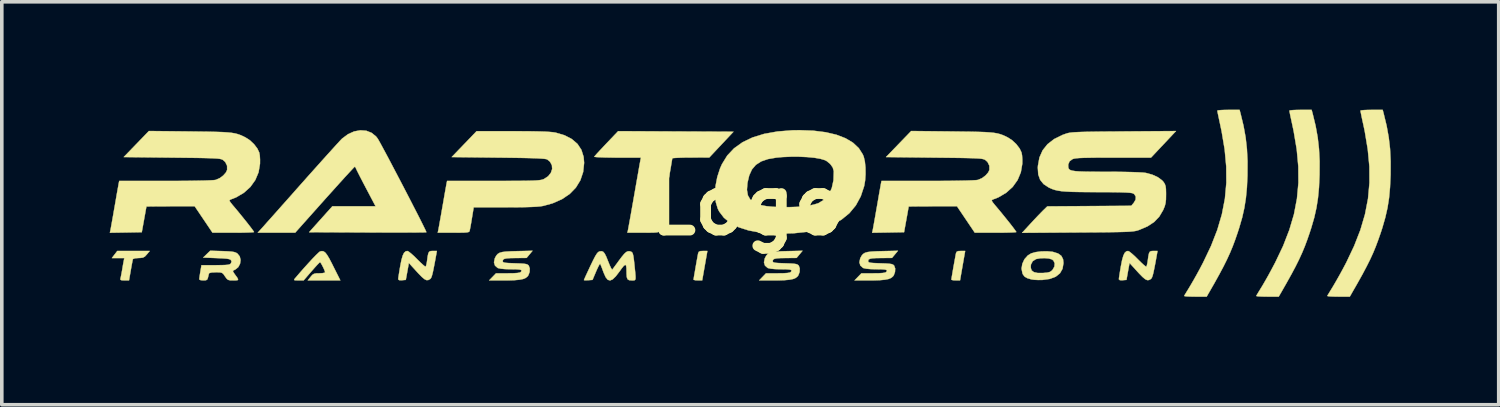
<source format=kicad_pcb>
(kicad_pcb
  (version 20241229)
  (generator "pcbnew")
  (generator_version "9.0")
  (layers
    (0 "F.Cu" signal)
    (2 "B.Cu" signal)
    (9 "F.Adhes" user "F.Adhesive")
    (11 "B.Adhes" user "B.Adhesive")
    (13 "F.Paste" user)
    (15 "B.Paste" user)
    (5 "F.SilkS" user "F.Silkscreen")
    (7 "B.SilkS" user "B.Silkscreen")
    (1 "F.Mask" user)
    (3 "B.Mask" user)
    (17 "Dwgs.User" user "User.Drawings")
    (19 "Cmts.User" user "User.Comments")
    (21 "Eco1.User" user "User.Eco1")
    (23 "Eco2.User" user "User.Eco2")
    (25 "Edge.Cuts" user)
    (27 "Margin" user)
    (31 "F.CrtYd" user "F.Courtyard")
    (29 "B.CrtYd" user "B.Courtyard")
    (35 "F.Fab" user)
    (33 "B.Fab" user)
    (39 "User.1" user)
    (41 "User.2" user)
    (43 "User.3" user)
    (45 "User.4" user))
  (footprint "Logo"
    (layer "F.Cu")
    (at 17.73 2.658)
    (property "Reference" "Logo" (at 0 0 0) (layer "F.SilkS") (effects (font (size 1.524 1.524) (thickness 0.3))))
    (attr through_hole)
    (fp_poly (pts (xy -1.256 2.088) (xy -1.376 2.088) (xy -1.449 2.084) (xy -1.492 2.072) (xy -1.496 2.066) (xy -1.491 2.031) (xy -1.479 1.954) (xy -1.46 1.847) (xy -1.439 1.724) (xy -1.417 1.598) (xy -1.396 1.482) (xy -1.379 1.389) (xy -1.368 1.333) (xy -1.35 1.293) (xy -1.309 1.274) (xy -1.233 1.27) (xy -1.112 1.27) (xy -1.256 2.088)) (stroke (width 0.01) (type solid)) (fill yes) (layer "F.SilkS"))
    (fp_poly (pts (xy 5.984 1.679) (xy 5.913 2.088) (xy 5.793 2.088) (xy 5.719 2.084) (xy 5.677 2.072) (xy 5.673 2.066) (xy 5.677 2.031) (xy 5.69 1.954) (xy 5.708 1.847) (xy 5.729 1.724) (xy 5.752 1.598) (xy 5.773 1.482) (xy 5.79 1.389) (xy 5.801 1.333) (xy 5.819 1.293) (xy 5.86 1.274) (xy 5.936 1.27) (xy 6.056 1.27) (xy 5.984 1.679)) (stroke (width 0.01) (type solid)) (fill yes) (layer "F.SilkS"))
    (fp_poly (pts (xy -16.698 1.367) (xy -16.752 1.425) (xy -16.805 1.454) (xy -16.881 1.464) (xy -16.927 1.466) (xy -17.025 1.473) (xy -17.08 1.493) (xy -17.087 1.503) (xy -17.096 1.545) (xy -17.112 1.628) (xy -17.132 1.739) (xy -17.145 1.813) (xy -17.193 2.088) (xy -17.319 2.088) (xy -17.396 2.085) (xy -17.43 2.072) (xy -17.432 2.043) (xy -17.431 2.039) (xy -17.419 1.986) (xy -17.402 1.898) (xy -17.385 1.806) (xy -17.367 1.697) (xy -17.35 1.6) (xy -17.339 1.545) (xy -17.324 1.468) (xy -17.67 1.468) (xy -17.595 1.369) (xy -17.519 1.27) (xy -16.617 1.27) (xy -16.698 1.367)) (stroke (width 0.01) (type solid)) (fill yes) (layer "F.SilkS"))
    (fp_poly (pts (xy -11.782 1.282) (xy -11.735 1.316) (xy -11.684 1.382) (xy -11.623 1.484) (xy -11.546 1.631) (xy -11.514 1.696) (xy -11.317 2.088) (xy -12.223 2.088) (xy -12.144 1.99) (xy -12.094 1.933) (xy -12.047 1.904) (xy -11.982 1.892) (xy -11.903 1.891) (xy -11.816 1.887) (xy -11.757 1.875) (xy -11.74 1.863) (xy -11.752 1.822) (xy -11.78 1.755) (xy -11.817 1.681) (xy -11.852 1.617) (xy -11.878 1.583) (xy -11.882 1.58) (xy -11.906 1.601) (xy -11.959 1.655) (xy -12.032 1.736) (xy -12.118 1.834) (xy -12.338 2.088) (xy -12.481 2.088) (xy -12.564 2.087) (xy -12.599 2.079) (xy -12.599 2.06) (xy -12.583 2.039) (xy -12.456 1.891) (xy -12.329 1.746) (xy -12.206 1.61) (xy -12.095 1.489) (xy -12 1.391) (xy -11.928 1.321) (xy -11.886 1.286) (xy -11.881 1.284) (xy -11.828 1.273) (xy -11.782 1.282)) (stroke (width 0.01) (type solid)) (fill yes) (layer "F.SilkS"))
    (fp_poly (pts (xy -8.652 1.376) (xy -8.69 1.584) (xy -8.721 1.743) (xy -8.745 1.86) (xy -8.766 1.943) (xy -8.784 1.997) (xy -8.802 2.031) (xy -8.821 2.051) (xy -8.822 2.051) (xy -8.871 2.078) (xy -8.92 2.081) (xy -8.977 2.054) (xy -9.05 1.993) (xy -9.146 1.895) (xy -9.191 1.846) (xy -9.412 1.603) (xy -9.454 1.839) (xy -9.497 2.074) (xy -9.603 2.083) (xy -9.679 2.082) (xy -9.708 2.059) (xy -9.708 2.055) (xy -9.704 2.014) (xy -9.691 1.929) (xy -9.673 1.815) (xy -9.653 1.697) (xy -9.619 1.524) (xy -9.584 1.401) (xy -9.546 1.322) (xy -9.501 1.281) (xy -9.454 1.27) (xy -9.415 1.289) (xy -9.348 1.342) (xy -9.263 1.418) (xy -9.186 1.495) (xy -9.096 1.584) (xy -9.02 1.654) (xy -8.967 1.697) (xy -8.946 1.707) (xy -8.931 1.674) (xy -8.915 1.604) (xy -8.906 1.546) (xy -8.889 1.42) (xy -8.872 1.34) (xy -8.85 1.295) (xy -8.817 1.275) (xy -8.767 1.27) (xy -8.745 1.27) (xy -8.633 1.27) (xy -8.652 1.376)) (stroke (width 0.01) (type solid)) (fill yes) (layer "F.SilkS"))
    (fp_poly (pts (xy 11.385 1.376) (xy 11.348 1.584) (xy 11.317 1.743) (xy 11.293 1.86) (xy 11.272 1.943) (xy 11.254 1.997) (xy 11.236 2.031) (xy 11.217 2.051) (xy 11.216 2.051) (xy 11.167 2.078) (xy 11.118 2.081) (xy 11.061 2.054) (xy 10.988 1.993) (xy 10.892 1.895) (xy 10.847 1.846) (xy 10.626 1.603) (xy 10.583 1.839) (xy 10.541 2.074) (xy 10.435 2.083) (xy 10.358 2.082) (xy 10.33 2.059) (xy 10.33 2.055) (xy 10.334 2.014) (xy 10.347 1.929) (xy 10.365 1.815) (xy 10.385 1.697) (xy 10.419 1.524) (xy 10.454 1.401) (xy 10.492 1.322) (xy 10.537 1.281) (xy 10.584 1.27) (xy 10.623 1.289) (xy 10.69 1.342) (xy 10.775 1.418) (xy 10.852 1.495) (xy 10.942 1.584) (xy 11.017 1.654) (xy 11.071 1.697) (xy 11.092 1.707) (xy 11.107 1.674) (xy 11.123 1.604) (xy 11.132 1.546) (xy 11.149 1.42) (xy 11.166 1.34) (xy 11.187 1.295) (xy 11.221 1.275) (xy 11.271 1.27) (xy 11.293 1.27) (xy 11.404 1.27) (xy 11.385 1.376)) (stroke (width 0.01) (type solid)) (fill yes) (layer "F.SilkS"))
    (fp_poly (pts (xy 8.485 1.293) (xy 8.499 1.296) (xy 8.639 1.34) (xy 8.73 1.406) (xy 8.778 1.5) (xy 8.789 1.607) (xy 8.763 1.765) (xy 8.691 1.891) (xy 8.572 1.986) (xy 8.409 2.047) (xy 8.208 2.075) (xy 8.087 2.077) (xy 7.973 2.071) (xy 7.893 2.059) (xy 7.781 2.025) (xy 7.71 1.984) (xy 7.665 1.926) (xy 7.649 1.892) (xy 7.624 1.764) (xy 7.628 1.737) (xy 7.879 1.737) (xy 7.905 1.812) (xy 7.968 1.859) (xy 8.071 1.882) (xy 8.223 1.882) (xy 8.225 1.882) (xy 8.334 1.872) (xy 8.404 1.856) (xy 8.452 1.828) (xy 8.488 1.792) (xy 8.538 1.702) (xy 8.545 1.612) (xy 8.51 1.537) (xy 8.467 1.504) (xy 8.381 1.479) (xy 8.264 1.469) (xy 8.141 1.474) (xy 8.035 1.493) (xy 8.023 1.497) (xy 7.933 1.555) (xy 7.884 1.648) (xy 7.879 1.737) (xy 7.628 1.737) (xy 7.645 1.628) (xy 7.704 1.5) (xy 7.796 1.396) (xy 7.89 1.338) (xy 8.015 1.302) (xy 8.172 1.282) (xy 8.336 1.279) (xy 8.485 1.293)) (stroke (width 0.01) (type solid)) (fill yes) (layer "F.SilkS"))
    (fp_poly (pts (xy 13.714 -2.547) (xy 13.796 -2.208) (xy 13.854 -1.887) (xy 13.89 -1.566) (xy 13.907 -1.228) (xy 13.905 -0.854) (xy 13.905 -0.833) (xy 13.89 -0.5) (xy 13.862 -0.206) (xy 13.819 0.069) (xy 13.758 0.341) (xy 13.674 0.63) (xy 13.629 0.768) (xy 13.561 0.965) (xy 13.492 1.149) (xy 13.418 1.326) (xy 13.335 1.507) (xy 13.239 1.7) (xy 13.125 1.914) (xy 12.99 2.158) (xy 12.828 2.44) (xy 12.823 2.448) (xy 12.771 2.54) (xy 12.451 2.54) (xy 12.326 2.538) (xy 12.227 2.534) (xy 12.163 2.527) (xy 12.145 2.519) (xy 12.164 2.487) (xy 12.206 2.418) (xy 12.264 2.323) (xy 12.32 2.23) (xy 12.397 2.098) (xy 12.488 1.937) (xy 12.582 1.765) (xy 12.667 1.602) (xy 12.671 1.595) (xy 12.892 1.131) (xy 13.066 0.685) (xy 13.194 0.25) (xy 13.278 -0.184) (xy 13.318 -0.624) (xy 13.315 -1.077) (xy 13.271 -1.553) (xy 13.186 -2.058) (xy 13.15 -2.229) (xy 13.12 -2.369) (xy 13.095 -2.489) (xy 13.076 -2.579) (xy 13.067 -2.627) (xy 13.067 -2.631) (xy 13.093 -2.64) (xy 13.165 -2.647) (xy 13.27 -2.652) (xy 13.376 -2.653) (xy 13.686 -2.653) (xy 13.714 -2.547)) (stroke (width 0.01) (type solid)) (fill yes) (layer "F.SilkS"))
    (fp_poly (pts (xy 15.718 -2.547) (xy 15.8 -2.208) (xy 15.858 -1.887) (xy 15.894 -1.566) (xy 15.911 -1.228) (xy 15.909 -0.854) (xy 15.908 -0.833) (xy 15.894 -0.5) (xy 15.866 -0.206) (xy 15.823 0.069) (xy 15.762 0.341) (xy 15.678 0.63) (xy 15.633 0.768) (xy 15.565 0.965) (xy 15.496 1.149) (xy 15.422 1.326) (xy 15.339 1.507) (xy 15.243 1.7) (xy 15.129 1.914) (xy 14.993 2.158) (xy 14.832 2.44) (xy 14.827 2.448) (xy 14.774 2.54) (xy 14.455 2.54) (xy 14.33 2.538) (xy 14.23 2.534) (xy 14.166 2.527) (xy 14.149 2.519) (xy 14.168 2.487) (xy 14.209 2.418) (xy 14.267 2.323) (xy 14.324 2.23) (xy 14.401 2.098) (xy 14.492 1.937) (xy 14.585 1.765) (xy 14.671 1.602) (xy 14.675 1.595) (xy 14.896 1.131) (xy 15.069 0.685) (xy 15.198 0.25) (xy 15.281 -0.184) (xy 15.322 -0.624) (xy 15.319 -1.077) (xy 15.275 -1.553) (xy 15.19 -2.058) (xy 15.154 -2.229) (xy 15.124 -2.369) (xy 15.098 -2.489) (xy 15.08 -2.579) (xy 15.071 -2.627) (xy 15.071 -2.631) (xy 15.097 -2.64) (xy 15.168 -2.647) (xy 15.273 -2.652) (xy 15.38 -2.653) (xy 15.689 -2.653) (xy 15.718 -2.547)) (stroke (width 0.01) (type solid)) (fill yes) (layer "F.SilkS"))
    (fp_poly (pts (xy 17.693 -2.547) (xy 17.775 -2.208) (xy 17.833 -1.887) (xy 17.87 -1.566) (xy 17.886 -1.228) (xy 17.885 -0.854) (xy 17.884 -0.833) (xy 17.869 -0.5) (xy 17.842 -0.206) (xy 17.799 0.069) (xy 17.737 0.341) (xy 17.654 0.63) (xy 17.609 0.768) (xy 17.54 0.965) (xy 17.471 1.149) (xy 17.398 1.326) (xy 17.315 1.507) (xy 17.218 1.7) (xy 17.105 1.914) (xy 16.969 2.158) (xy 16.807 2.44) (xy 16.803 2.448) (xy 16.75 2.54) (xy 16.431 2.54) (xy 16.306 2.538) (xy 16.206 2.534) (xy 16.142 2.527) (xy 16.124 2.519) (xy 16.143 2.487) (xy 16.185 2.418) (xy 16.243 2.323) (xy 16.299 2.23) (xy 16.376 2.098) (xy 16.467 1.937) (xy 16.561 1.765) (xy 16.647 1.602) (xy 16.651 1.595) (xy 16.871 1.131) (xy 17.045 0.685) (xy 17.173 0.25) (xy 17.257 -0.184) (xy 17.297 -0.624) (xy 17.295 -1.077) (xy 17.25 -1.553) (xy 17.166 -2.058) (xy 17.13 -2.229) (xy 17.099 -2.369) (xy 17.074 -2.489) (xy 17.056 -2.579) (xy 17.047 -2.627) (xy 17.046 -2.631) (xy 17.073 -2.64) (xy 17.144 -2.647) (xy 17.249 -2.652) (xy 17.356 -2.653) (xy 17.665 -2.653) (xy 17.693 -2.547)) (stroke (width 0.01) (type solid)) (fill yes) (layer "F.SilkS"))
    (fp_poly (pts (xy -6.138 1.463) (xy -6.425 1.466) (xy -6.579 1.468) (xy -6.686 1.475) (xy -6.752 1.488) (xy -6.788 1.508) (xy -6.801 1.539) (xy -6.802 1.552) (xy -6.796 1.574) (xy -6.774 1.589) (xy -6.726 1.599) (xy -6.643 1.606) (xy -6.516 1.611) (xy -6.461 1.613) (xy -6.314 1.618) (xy -6.213 1.625) (xy -6.148 1.635) (xy -6.108 1.651) (xy -6.082 1.673) (xy -6.078 1.679) (xy -6.05 1.757) (xy -6.055 1.854) (xy -6.089 1.946) (xy -6.113 1.979) (xy -6.163 2.019) (xy -6.234 2.049) (xy -6.335 2.069) (xy -6.473 2.082) (xy -6.655 2.088) (xy -6.772 2.088) (xy -7.18 2.088) (xy -7.084 1.99) (xy -6.988 1.891) (xy -6.658 1.891) (xy -6.501 1.889) (xy -6.393 1.882) (xy -6.327 1.87) (xy -6.297 1.853) (xy -6.279 1.822) (xy -6.289 1.8) (xy -6.335 1.787) (xy -6.423 1.78) (xy -6.559 1.778) (xy -6.588 1.778) (xy -6.736 1.774) (xy -6.854 1.763) (xy -6.931 1.746) (xy -6.942 1.742) (xy -7.017 1.677) (xy -7.045 1.586) (xy -7.023 1.479) (xy -7.017 1.465) (xy -6.983 1.402) (xy -6.944 1.355) (xy -6.891 1.322) (xy -6.816 1.3) (xy -6.709 1.287) (xy -6.562 1.279) (xy -6.408 1.275) (xy -5.973 1.265) (xy -6.138 1.463)) (stroke (width 0.01) (type solid)) (fill yes) (layer "F.SilkS"))
    (fp_poly (pts (xy 1.369 1.463) (xy 1.082 1.466) (xy 0.928 1.468) (xy 0.822 1.475) (xy 0.755 1.488) (xy 0.719 1.508) (xy 0.706 1.539) (xy 0.706 1.552) (xy 0.711 1.574) (xy 0.733 1.589) (xy 0.781 1.599) (xy 0.864 1.606) (xy 0.991 1.611) (xy 1.047 1.613) (xy 1.193 1.618) (xy 1.294 1.625) (xy 1.359 1.635) (xy 1.399 1.651) (xy 1.425 1.673) (xy 1.43 1.679) (xy 1.457 1.757) (xy 1.452 1.854) (xy 1.418 1.946) (xy 1.394 1.979) (xy 1.344 2.019) (xy 1.273 2.049) (xy 1.172 2.069) (xy 1.034 2.082) (xy 0.852 2.088) (xy 0.735 2.088) (xy 0.328 2.088) (xy 0.423 1.99) (xy 0.519 1.891) (xy 0.849 1.891) (xy 1.006 1.889) (xy 1.114 1.882) (xy 1.18 1.87) (xy 1.21 1.853) (xy 1.228 1.822) (xy 1.218 1.8) (xy 1.172 1.787) (xy 1.084 1.78) (xy 0.948 1.778) (xy 0.92 1.778) (xy 0.771 1.774) (xy 0.653 1.763) (xy 0.576 1.746) (xy 0.565 1.742) (xy 0.49 1.677) (xy 0.462 1.586) (xy 0.484 1.479) (xy 0.49 1.465) (xy 0.524 1.402) (xy 0.563 1.355) (xy 0.616 1.322) (xy 0.691 1.3) (xy 0.798 1.287) (xy 0.945 1.279) (xy 1.099 1.275) (xy 1.534 1.265) (xy 1.369 1.463)) (stroke (width 0.01) (type solid)) (fill yes) (layer "F.SilkS"))
    (fp_poly (pts (xy 4.022 1.463) (xy 3.735 1.466) (xy 3.581 1.468) (xy 3.474 1.475) (xy 3.408 1.488) (xy 3.372 1.508) (xy 3.359 1.539) (xy 3.358 1.552) (xy 3.364 1.574) (xy 3.386 1.589) (xy 3.434 1.599) (xy 3.517 1.606) (xy 3.644 1.611) (xy 3.699 1.613) (xy 3.846 1.618) (xy 3.947 1.625) (xy 4.012 1.635) (xy 4.052 1.651) (xy 4.078 1.673) (xy 4.082 1.679) (xy 4.11 1.757) (xy 4.105 1.854) (xy 4.071 1.946) (xy 4.047 1.979) (xy 3.997 2.019) (xy 3.926 2.049) (xy 3.825 2.069) (xy 3.687 2.082) (xy 3.505 2.088) (xy 3.388 2.088) (xy 2.98 2.088) (xy 3.076 1.99) (xy 3.172 1.891) (xy 3.502 1.891) (xy 3.659 1.889) (xy 3.767 1.882) (xy 3.833 1.87) (xy 3.863 1.853) (xy 3.881 1.822) (xy 3.871 1.8) (xy 3.825 1.787) (xy 3.737 1.78) (xy 3.601 1.778) (xy 3.572 1.778) (xy 3.424 1.774) (xy 3.306 1.763) (xy 3.229 1.746) (xy 3.218 1.742) (xy 3.143 1.677) (xy 3.115 1.586) (xy 3.137 1.479) (xy 3.143 1.465) (xy 3.177 1.402) (xy 3.216 1.355) (xy 3.269 1.322) (xy 3.344 1.3) (xy 3.451 1.287) (xy 3.598 1.279) (xy 3.752 1.275) (xy 4.187 1.265) (xy 4.022 1.463)) (stroke (width 0.01) (type solid)) (fill yes) (layer "F.SilkS"))
    (fp_poly (pts (xy -1.989 -2.053) (xy -0.386 -2.046) (xy -0.722 -1.688) (xy -1.058 -1.33) (xy -1.573 -1.328) (xy -1.737 -1.327) (xy -1.879 -1.323) (xy -1.991 -1.318) (xy -2.064 -1.312) (xy -2.088 -1.306) (xy -2.093 -1.272) (xy -2.107 -1.19) (xy -2.127 -1.068) (xy -2.154 -0.914) (xy -2.185 -0.735) (xy -2.219 -0.54) (xy -2.255 -0.335) (xy -2.292 -0.129) (xy -2.327 0.071) (xy -2.36 0.257) (xy -2.39 0.422) (xy -2.414 0.556) (xy -2.433 0.654) (xy -2.443 0.707) (xy -2.445 0.713) (xy -2.455 0.731) (xy -2.48 0.745) (xy -2.526 0.754) (xy -2.604 0.759) (xy -2.72 0.761) (xy -2.884 0.762) (xy -2.898 0.762) (xy -3.336 0.762) (xy -3.321 0.699) (xy -3.313 0.656) (xy -3.296 0.565) (xy -3.272 0.433) (xy -3.242 0.266) (xy -3.208 0.073) (xy -3.17 -0.141) (xy -3.148 -0.268) (xy -3.109 -0.49) (xy -3.073 -0.697) (xy -3.04 -0.882) (xy -3.013 -1.037) (xy -2.992 -1.155) (xy -2.978 -1.229) (xy -2.975 -1.249) (xy -2.959 -1.326) (xy -3.613 -1.326) (xy -3.797 -1.327) (xy -3.961 -1.33) (xy -4.096 -1.335) (xy -4.194 -1.34) (xy -4.249 -1.347) (xy -4.257 -1.351) (xy -4.235 -1.378) (xy -4.181 -1.439) (xy -4.101 -1.526) (xy -4.001 -1.632) (xy -3.92 -1.718) (xy -3.593 -2.061) (xy -1.989 -2.053)) (stroke (width 0.01) (type solid)) (fill yes) (layer "F.SilkS"))
    (fp_poly (pts (xy -14.596 1.274) (xy -14.446 1.28) (xy -14.341 1.288) (xy -14.268 1.3) (xy -14.217 1.318) (xy -14.177 1.343) (xy -14.114 1.422) (xy -14.091 1.521) (xy -14.106 1.626) (xy -14.156 1.72) (xy -14.231 1.781) (xy -14.283 1.809) (xy -14.306 1.823) (xy -14.297 1.849) (xy -14.263 1.903) (xy -14.247 1.925) (xy -14.185 2.01) (xy -14.159 2.058) (xy -14.173 2.081) (xy -14.227 2.088) (xy -14.292 2.088) (xy -14.384 2.086) (xy -14.44 2.072) (xy -14.481 2.036) (xy -14.524 1.976) (xy -14.566 1.914) (xy -14.604 1.881) (xy -14.656 1.866) (xy -14.739 1.863) (xy -14.779 1.863) (xy -14.896 1.868) (xy -14.96 1.885) (xy -14.97 1.898) (xy -14.984 1.951) (xy -14.998 2.011) (xy -15.016 2.061) (xy -15.053 2.084) (xy -15.126 2.088) (xy -15.128 2.088) (xy -15.203 2.081) (xy -15.239 2.061) (xy -15.24 2.055) (xy -15.235 2.012) (xy -15.223 1.931) (xy -15.209 1.844) (xy -15.178 1.665) (xy -14.789 1.665) (xy -14.628 1.664) (xy -14.514 1.66) (xy -14.438 1.653) (xy -14.391 1.64) (xy -14.365 1.623) (xy -14.363 1.62) (xy -14.341 1.566) (xy -14.356 1.529) (xy -14.377 1.509) (xy -14.419 1.494) (xy -14.49 1.483) (xy -14.6 1.475) (xy -14.756 1.468) (xy -14.758 1.468) (xy -15.13 1.453) (xy -15.033 1.359) (xy -14.935 1.264) (xy -14.596 1.274)) (stroke (width 0.01) (type solid)) (fill yes) (layer "F.SilkS"))
    (fp_poly (pts (xy -4.009 1.292) (xy -3.968 1.34) (xy -3.925 1.425) (xy -3.872 1.557) (xy -3.867 1.569) (xy -3.825 1.672) (xy -3.789 1.748) (xy -3.763 1.786) (xy -3.756 1.788) (xy -3.731 1.755) (xy -3.682 1.689) (xy -3.617 1.602) (xy -3.591 1.565) (xy -3.496 1.438) (xy -3.425 1.352) (xy -3.369 1.301) (xy -3.322 1.279) (xy -3.275 1.278) (xy -3.261 1.281) (xy -3.228 1.292) (xy -3.203 1.311) (xy -3.185 1.348) (xy -3.17 1.411) (xy -3.156 1.508) (xy -3.14 1.65) (xy -3.134 1.716) (xy -3.118 1.867) (xy -3.11 1.97) (xy -3.109 2.036) (xy -3.119 2.071) (xy -3.141 2.086) (xy -3.177 2.089) (xy -3.214 2.088) (xy -3.287 2.082) (xy -3.33 2.056) (xy -3.352 1.998) (xy -3.359 1.899) (xy -3.359 1.867) (xy -3.362 1.745) (xy -3.372 1.675) (xy -3.396 1.655) (xy -3.437 1.684) (xy -3.5 1.763) (xy -3.552 1.836) (xy -3.657 1.973) (xy -3.744 2.058) (xy -3.817 2.09) (xy -3.881 2.071) (xy -3.939 2) (xy -3.994 1.877) (xy -4.008 1.841) (xy -4.044 1.743) (xy -4.074 1.667) (xy -4.092 1.628) (xy -4.094 1.626) (xy -4.111 1.643) (xy -4.143 1.702) (xy -4.185 1.791) (xy -4.207 1.842) (xy -4.305 2.074) (xy -4.425 2.083) (xy -4.497 2.086) (xy -4.54 2.082) (xy -4.544 2.078) (xy -4.532 2.05) (xy -4.501 1.979) (xy -4.453 1.876) (xy -4.394 1.75) (xy -4.363 1.683) (xy -4.289 1.53) (xy -4.233 1.422) (xy -4.189 1.35) (xy -4.154 1.308) (xy -4.121 1.286) (xy -4.108 1.282) (xy -4.054 1.276) (xy -4.009 1.292)) (stroke (width 0.01) (type solid)) (fill yes) (layer "F.SilkS"))
    (fp_poly (pts (xy -10.597 -2.073) (xy -10.449 -2.015) (xy -10.324 -1.914) (xy -10.281 -1.858) (xy -10.251 -1.808) (xy -10.2 -1.717) (xy -10.131 -1.589) (xy -10.046 -1.432) (xy -9.95 -1.251) (xy -9.845 -1.051) (xy -9.733 -0.838) (xy -9.618 -0.618) (xy -9.503 -0.397) (xy -9.39 -0.179) (xy -9.284 0.028) (xy -9.185 0.22) (xy -9.098 0.391) (xy -9.026 0.535) (xy -8.971 0.647) (xy -8.936 0.72) (xy -8.925 0.75) (xy -8.925 0.75) (xy -8.955 0.752) (xy -9.036 0.754) (xy -9.164 0.755) (xy -9.332 0.756) (xy -9.537 0.757) (xy -9.774 0.757) (xy -10.037 0.757) (xy -10.32 0.756) (xy -10.561 0.755) (xy -12.185 0.748) (xy -11.862 0.388) (xy -11.539 0.028) (xy -10.337 0.028) (xy -10.601 -0.473) (xy -10.683 -0.629) (xy -10.756 -0.77) (xy -10.816 -0.888) (xy -10.859 -0.974) (xy -10.88 -1.02) (xy -10.881 -1.023) (xy -10.904 -1.065) (xy -10.917 -1.072) (xy -10.939 -1.052) (xy -10.995 -0.993) (xy -11.08 -0.901) (xy -11.192 -0.78) (xy -11.324 -0.634) (xy -11.475 -0.466) (xy -11.64 -0.283) (xy -11.755 -0.155) (xy -12.573 0.762) (xy -13.093 0.762) (xy -13.614 0.762) (xy -13.543 0.684) (xy -13.511 0.649) (xy -13.445 0.576) (xy -13.35 0.468) (xy -13.227 0.331) (xy -13.082 0.168) (xy -12.918 -0.017) (xy -12.738 -0.219) (xy -12.547 -0.435) (xy -12.419 -0.579) (xy -12.221 -0.802) (xy -12.031 -1.014) (xy -11.854 -1.212) (xy -11.692 -1.392) (xy -11.551 -1.548) (xy -11.433 -1.678) (xy -11.343 -1.776) (xy -11.284 -1.839) (xy -11.264 -1.858) (xy -11.102 -1.978) (xy -10.932 -2.054) (xy -10.76 -2.085) (xy -10.597 -2.073)) (stroke (width 0.01) (type solid)) (fill yes) (layer "F.SilkS"))
    (fp_poly (pts (xy -6.523 -2.06) (xy -6.226 -2.059) (xy -5.98 -2.057) (xy -5.779 -2.053) (xy -5.619 -2.048) (xy -5.494 -2.04) (xy -5.399 -2.031) (xy -5.33 -2.02) (xy -5.082 -1.946) (xy -4.88 -1.841) (xy -4.723 -1.706) (xy -4.614 -1.541) (xy -4.553 -1.347) (xy -4.539 -1.179) (xy -4.566 -0.926) (xy -4.643 -0.696) (xy -4.768 -0.492) (xy -4.939 -0.316) (xy -5.155 -0.17) (xy -5.413 -0.056) (xy -5.673 0.016) (xy -5.751 0.029) (xy -5.859 0.039) (xy -6.002 0.046) (xy -6.185 0.052) (xy -6.413 0.055) (xy -6.692 0.056) (xy -6.732 0.056) (xy -7.609 0.056) (xy -7.659 0.36) (xy -7.68 0.489) (xy -7.7 0.6) (xy -7.716 0.681) (xy -7.723 0.713) (xy -7.733 0.732) (xy -7.757 0.745) (xy -7.804 0.754) (xy -7.882 0.759) (xy -7.998 0.761) (xy -8.162 0.762) (xy -8.173 0.762) (xy -8.609 0.762) (xy -8.595 0.699) (xy -8.586 0.652) (xy -8.569 0.56) (xy -8.546 0.43) (xy -8.518 0.274) (xy -8.488 0.099) (xy -8.48 0.056) (xy -8.449 -0.122) (xy -8.421 -0.286) (xy -8.396 -0.426) (xy -8.377 -0.531) (xy -8.366 -0.593) (xy -8.365 -0.6) (xy -8.349 -0.677) (xy -7.06 -0.678) (xy -6.755 -0.678) (xy -6.501 -0.679) (xy -6.293 -0.68) (xy -6.126 -0.682) (xy -5.994 -0.685) (xy -5.892 -0.689) (xy -5.815 -0.695) (xy -5.757 -0.702) (xy -5.714 -0.71) (xy -5.68 -0.721) (xy -5.655 -0.731) (xy -5.539 -0.807) (xy -5.463 -0.903) (xy -5.427 -1.01) (xy -5.435 -1.116) (xy -5.488 -1.212) (xy -5.567 -1.276) (xy -5.597 -1.285) (xy -5.655 -1.293) (xy -5.745 -1.3) (xy -5.871 -1.307) (xy -6.037 -1.312) (xy -6.247 -1.317) (xy -6.503 -1.321) (xy -6.811 -1.325) (xy -6.926 -1.326) (xy -8.221 -1.341) (xy -7.875 -1.7) (xy -7.529 -2.06) (xy -6.523 -2.06)) (stroke (width 0.01) (type solid)) (fill yes) (layer "F.SilkS"))
    (fp_poly (pts (xy 1.837 -2.074) (xy 2.179 -2.031) (xy 2.477 -1.961) (xy 2.731 -1.863) (xy 2.938 -1.739) (xy 3.098 -1.589) (xy 3.21 -1.413) (xy 3.237 -1.345) (xy 3.267 -1.215) (xy 3.284 -1.049) (xy 3.286 -0.867) (xy 3.274 -0.688) (xy 3.248 -0.536) (xy 3.153 -0.249) (xy 3.016 0.003) (xy 2.837 0.219) (xy 2.615 0.4) (xy 2.35 0.546) (xy 2.042 0.658) (xy 1.69 0.735) (xy 1.293 0.777) (xy 0.903 0.787) (xy 0.745 0.783) (xy 0.585 0.776) (xy 0.445 0.767) (xy 0.356 0.758) (xy 0.035 0.699) (xy -0.24 0.611) (xy -0.469 0.494) (xy -0.65 0.348) (xy -0.782 0.175) (xy -0.823 0.094) (xy -0.878 -0.09) (xy -0.898 -0.306) (xy -0.891 -0.429) (xy -0.012 -0.429) (xy 0.014 -0.277) (xy 0.081 -0.159) (xy 0.194 -0.07) (xy 0.354 -0.009) (xy 0.534 0.025) (xy 0.718 0.042) (xy 0.937 0.05) (xy 1.169 0.051) (xy 1.393 0.043) (xy 1.59 0.027) (xy 1.591 0.027) (xy 1.725 0.007) (xy 1.856 -0.022) (xy 1.961 -0.054) (xy 1.98 -0.061) (xy 2.139 -0.159) (xy 2.262 -0.299) (xy 2.347 -0.478) (xy 2.395 -0.696) (xy 2.403 -0.949) (xy 2.403 -0.95) (xy 2.374 -1.051) (xy 2.303 -1.15) (xy 2.205 -1.23) (xy 2.154 -1.256) (xy 2.03 -1.293) (xy 1.862 -1.322) (xy 1.661 -1.341) (xy 1.438 -1.351) (xy 1.205 -1.351) (xy 0.973 -1.341) (xy 0.808 -1.326) (xy 0.572 -1.285) (xy 0.383 -1.22) (xy 0.237 -1.125) (xy 0.128 -0.998) (xy 0.052 -0.832) (xy 0.003 -0.624) (xy 0.002 -0.617) (xy -0.012 -0.429) (xy -0.891 -0.429) (xy -0.884 -0.541) (xy -0.837 -0.785) (xy -0.759 -1.026) (xy -0.705 -1.146) (xy -0.56 -1.382) (xy -0.37 -1.584) (xy -0.135 -1.752) (xy 0.144 -1.886) (xy 0.468 -1.986) (xy 0.837 -2.052) (xy 1.251 -2.085) (xy 1.454 -2.088) (xy 1.837 -2.074)) (stroke (width 0.01) (type solid)) (fill yes) (layer "F.SilkS"))
    (fp_poly (pts (xy -15.51 -2.053) (xy -15.21 -2.049) (xy -14.96 -2.046) (xy -14.755 -2.041) (xy -14.588 -2.035) (xy -14.452 -2.026) (xy -14.342 -2.015) (xy -14.251 -2) (xy -14.174 -1.98) (xy -14.104 -1.956) (xy -14.035 -1.926) (xy -13.961 -1.89) (xy -13.955 -1.887) (xy -13.831 -1.807) (xy -13.716 -1.698) (xy -13.624 -1.577) (xy -13.572 -1.467) (xy -13.557 -1.385) (xy -13.55 -1.272) (xy -13.551 -1.154) (xy -13.591 -0.918) (xy -13.681 -0.703) (xy -13.818 -0.511) (xy -13.998 -0.349) (xy -14.216 -0.22) (xy -14.375 -0.158) (xy -14.397 -0.144) (xy -14.395 -0.118) (xy -14.364 -0.071) (xy -14.3 0.008) (xy -14.288 0.021) (xy -14.2 0.126) (xy -14.103 0.244) (xy -14.005 0.365) (xy -13.911 0.482) (xy -13.829 0.587) (xy -13.765 0.672) (xy -13.726 0.727) (xy -13.716 0.744) (xy -13.743 0.749) (xy -13.818 0.754) (xy -13.932 0.758) (xy -14.078 0.761) (xy -14.248 0.762) (xy -14.294 0.762) (xy -14.871 0.762) (xy -15.366 0.028) (xy -16.037 0.028) (xy -16.225 0.029) (xy -16.392 0.029) (xy -16.532 0.031) (xy -16.636 0.032) (xy -16.697 0.034) (xy -16.709 0.035) (xy -16.714 0.064) (xy -16.728 0.138) (xy -16.747 0.246) (xy -16.771 0.377) (xy -16.774 0.395) (xy -16.838 0.748) (xy -17.281 0.756) (xy -17.725 0.763) (xy -17.711 0.699) (xy -17.702 0.653) (xy -17.685 0.56) (xy -17.662 0.431) (xy -17.634 0.274) (xy -17.604 0.099) (xy -17.596 0.056) (xy -17.565 -0.122) (xy -17.537 -0.286) (xy -17.512 -0.426) (xy -17.493 -0.531) (xy -17.482 -0.593) (xy -17.481 -0.6) (xy -17.465 -0.677) (xy -16.176 -0.677) (xy -15.842 -0.678) (xy -15.549 -0.68) (xy -15.298 -0.684) (xy -15.093 -0.688) (xy -14.936 -0.694) (xy -14.83 -0.7) (xy -14.781 -0.707) (xy -14.673 -0.754) (xy -14.573 -0.828) (xy -14.498 -0.913) (xy -14.465 -0.984) (xy -14.466 -1.1) (xy -14.517 -1.204) (xy -14.581 -1.261) (xy -14.603 -1.273) (xy -14.632 -1.283) (xy -14.673 -1.292) (xy -14.732 -1.299) (xy -14.812 -1.304) (xy -14.92 -1.309) (xy -15.06 -1.313) (xy -15.237 -1.317) (xy -15.457 -1.32) (xy -15.723 -1.323) (xy -15.999 -1.326) (xy -17.34 -1.341) (xy -16.64 -2.065) (xy -15.51 -2.053)) (stroke (width 0.01) (type solid)) (fill yes) (layer "F.SilkS"))
    (fp_poly (pts (xy 5.685 -2.053) (xy 5.985 -2.049) (xy 6.234 -2.046) (xy 6.44 -2.041) (xy 6.607 -2.035) (xy 6.743 -2.026) (xy 6.853 -2.015) (xy 6.943 -2) (xy 7.021 -1.98) (xy 7.091 -1.956) (xy 7.16 -1.926) (xy 7.234 -1.89) (xy 7.24 -1.887) (xy 7.363 -1.807) (xy 7.479 -1.698) (xy 7.571 -1.577) (xy 7.623 -1.467) (xy 7.638 -1.385) (xy 7.645 -1.272) (xy 7.644 -1.154) (xy 7.604 -0.918) (xy 7.514 -0.703) (xy 7.377 -0.511) (xy 7.197 -0.349) (xy 6.978 -0.22) (xy 6.82 -0.158) (xy 6.798 -0.144) (xy 6.8 -0.118) (xy 6.831 -0.071) (xy 6.895 0.008) (xy 6.907 0.021) (xy 6.995 0.126) (xy 7.092 0.244) (xy 7.19 0.365) (xy 7.284 0.482) (xy 7.366 0.587) (xy 7.43 0.672) (xy 7.469 0.727) (xy 7.479 0.744) (xy 7.452 0.749) (xy 7.377 0.754) (xy 7.262 0.758) (xy 7.116 0.761) (xy 6.947 0.762) (xy 6.901 0.762) (xy 6.324 0.762) (xy 5.829 0.028) (xy 5.158 0.028) (xy 4.97 0.029) (xy 4.803 0.029) (xy 4.663 0.031) (xy 4.559 0.032) (xy 4.498 0.034) (xy 4.486 0.035) (xy 4.48 0.064) (xy 4.467 0.138) (xy 4.448 0.246) (xy 4.424 0.377) (xy 4.421 0.395) (xy 4.357 0.748) (xy 3.914 0.756) (xy 3.47 0.763) (xy 3.484 0.699) (xy 3.493 0.653) (xy 3.51 0.56) (xy 3.533 0.431) (xy 3.561 0.274) (xy 3.591 0.099) (xy 3.599 0.056) (xy 3.63 -0.122) (xy 3.658 -0.286) (xy 3.683 -0.426) (xy 3.702 -0.531) (xy 3.713 -0.593) (xy 3.714 -0.6) (xy 3.73 -0.677) (xy 5.019 -0.677) (xy 5.352 -0.678) (xy 5.646 -0.68) (xy 5.897 -0.684) (xy 6.102 -0.688) (xy 6.259 -0.694) (xy 6.365 -0.7) (xy 6.414 -0.707) (xy 6.522 -0.754) (xy 6.622 -0.828) (xy 6.697 -0.913) (xy 6.73 -0.984) (xy 6.729 -1.1) (xy 6.678 -1.204) (xy 6.614 -1.261) (xy 6.592 -1.273) (xy 6.563 -1.283) (xy 6.522 -1.292) (xy 6.463 -1.299) (xy 6.383 -1.304) (xy 6.275 -1.309) (xy 6.135 -1.313) (xy 5.957 -1.317) (xy 5.738 -1.32) (xy 5.472 -1.323) (xy 5.195 -1.326) (xy 3.855 -1.341) (xy 4.555 -2.065) (xy 5.685 -2.053)) (stroke (width 0.01) (type solid)) (fill yes) (layer "F.SilkS"))
    (fp_poly (pts (xy 11.571 -1.695) (xy 11.223 -1.326) (xy 10.183 -1.326) (xy 9.9 -1.326) (xy 9.668 -1.325) (xy 9.482 -1.322) (xy 9.336 -1.319) (xy 9.225 -1.314) (xy 9.144 -1.307) (xy 9.087 -1.298) (xy 9.049 -1.287) (xy 9.045 -1.286) (xy 8.959 -1.224) (xy 8.92 -1.132) (xy 8.923 -1.054) (xy 8.933 -1.023) (xy 8.952 -0.997) (xy 8.987 -0.976) (xy 9.042 -0.961) (xy 9.124 -0.949) (xy 9.237 -0.941) (xy 9.386 -0.936) (xy 9.578 -0.933) (xy 9.818 -0.932) (xy 9.993 -0.932) (xy 10.25 -0.931) (xy 10.486 -0.928) (xy 10.692 -0.923) (xy 10.864 -0.917) (xy 10.993 -0.91) (xy 11.073 -0.901) (xy 11.078 -0.901) (xy 11.257 -0.852) (xy 11.413 -0.781) (xy 11.532 -0.693) (xy 11.576 -0.643) (xy 11.608 -0.59) (xy 11.628 -0.533) (xy 11.638 -0.457) (xy 11.641 -0.345) (xy 11.641 -0.296) (xy 11.639 -0.162) (xy 11.628 -0.063) (xy 11.606 0.023) (xy 11.567 0.118) (xy 11.56 0.134) (xy 11.453 0.315) (xy 11.312 0.463) (xy 11.129 0.584) (xy 10.9 0.682) (xy 10.866 0.694) (xy 10.828 0.706) (xy 10.784 0.715) (xy 10.73 0.723) (xy 10.66 0.73) (xy 10.571 0.736) (xy 10.456 0.74) (xy 10.312 0.744) (xy 10.133 0.747) (xy 9.914 0.75) (xy 9.651 0.752) (xy 9.338 0.754) (xy 9.175 0.755) (xy 7.639 0.765) (xy 7.867 0.517) (xy 7.971 0.405) (xy 8.075 0.295) (xy 8.165 0.202) (xy 8.217 0.149) (xy 8.34 0.03) (xy 9.506 0.022) (xy 10.673 0.014) (xy 10.743 -0.067) (xy 10.795 -0.157) (xy 10.8 -0.242) (xy 10.757 -0.31) (xy 10.724 -0.331) (xy 10.687 -0.341) (xy 10.618 -0.35) (xy 10.514 -0.356) (xy 10.37 -0.361) (xy 10.181 -0.364) (xy 9.943 -0.366) (xy 9.731 -0.366) (xy 9.446 -0.367) (xy 9.21 -0.37) (xy 9.018 -0.374) (xy 8.863 -0.382) (xy 8.737 -0.392) (xy 8.635 -0.408) (xy 8.55 -0.427) (xy 8.474 -0.453) (xy 8.403 -0.484) (xy 8.378 -0.496) (xy 8.236 -0.59) (xy 8.141 -0.708) (xy 8.088 -0.857) (xy 8.076 -1.041) (xy 8.079 -1.098) (xy 8.121 -1.328) (xy 8.21 -1.529) (xy 8.347 -1.7) (xy 8.531 -1.843) (xy 8.764 -1.957) (xy 8.862 -1.992) (xy 8.901 -2.004) (xy 8.946 -2.014) (xy 9.002 -2.022) (xy 9.073 -2.029) (xy 9.166 -2.034) (xy 9.284 -2.039) (xy 9.434 -2.043) (xy 9.619 -2.046) (xy 9.845 -2.049) (xy 10.117 -2.051) (xy 10.441 -2.053) (xy 10.467 -2.054) (xy 11.918 -2.064) (xy 11.571 -1.695)) (stroke (width 0.01) (type solid)) (fill yes) (layer "F.SilkS")))
  (gr_rect
    (start -3 -3)
    (end 38.621 8.203)
    (stroke (width 0.1) (type default))
    (fill no)
    (layer "Edge.Cuts")))
</source>
